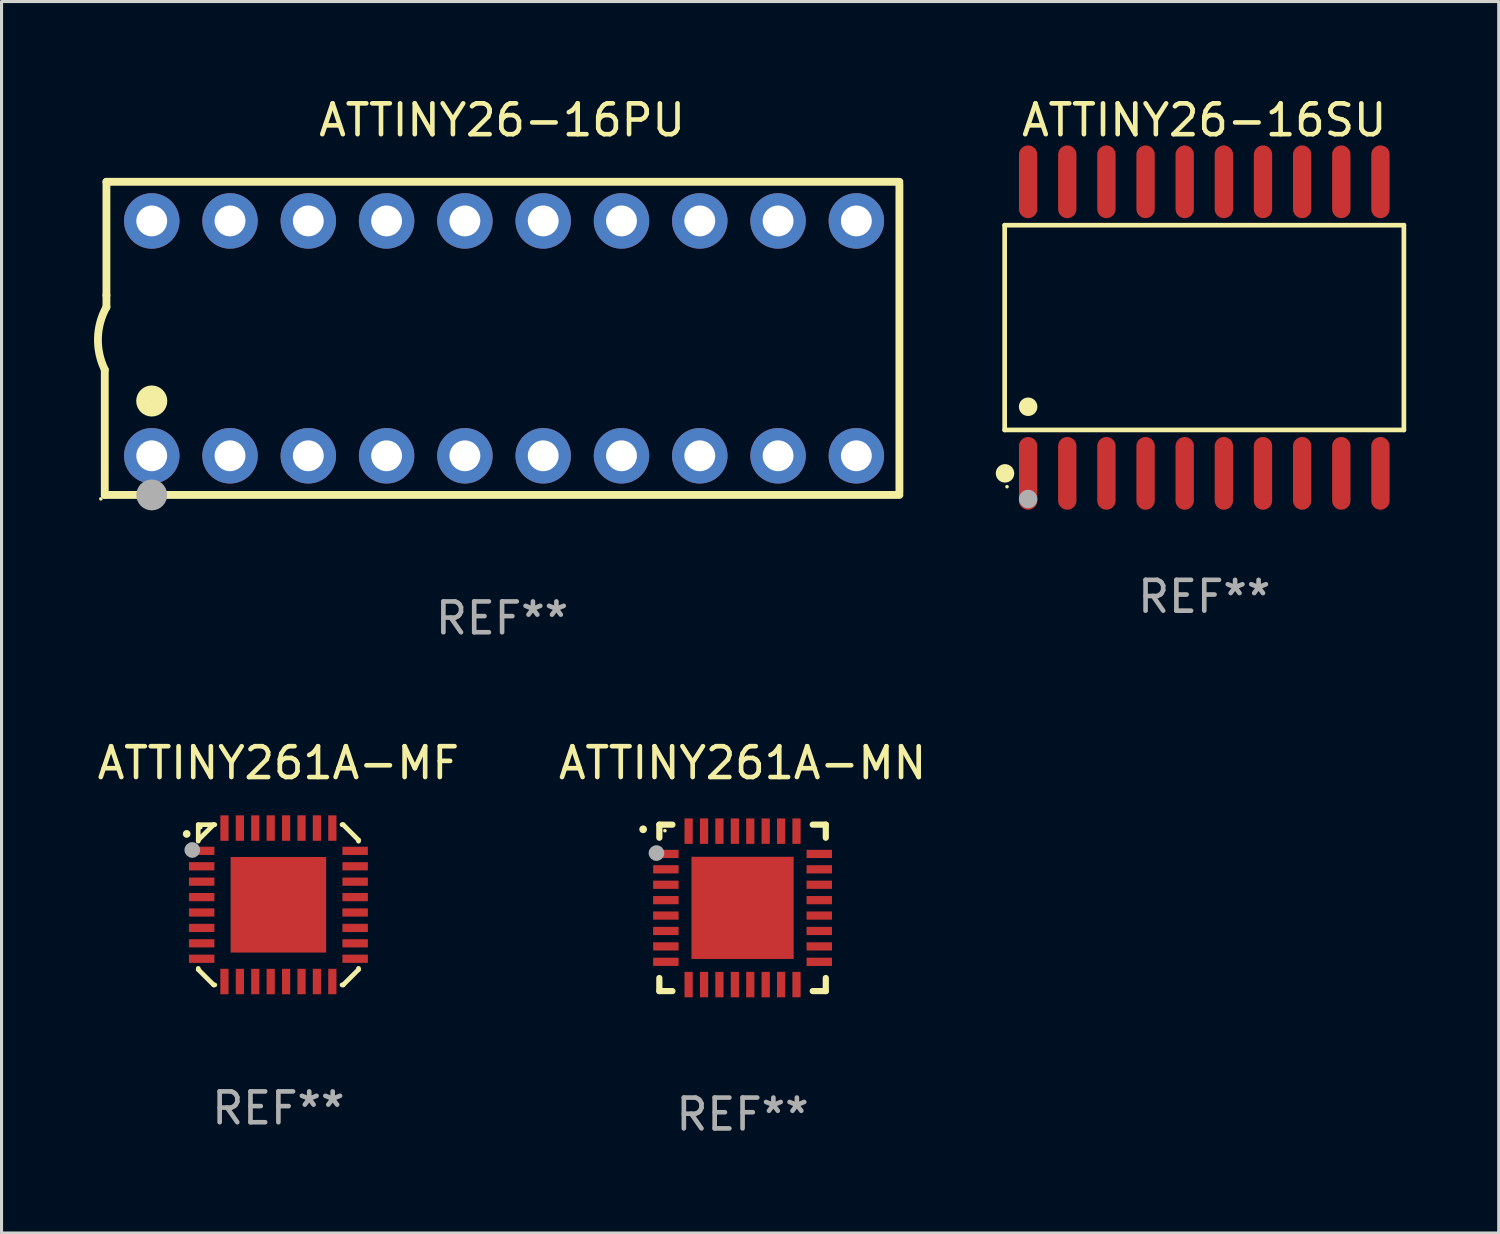
<source format=kicad_pcb>
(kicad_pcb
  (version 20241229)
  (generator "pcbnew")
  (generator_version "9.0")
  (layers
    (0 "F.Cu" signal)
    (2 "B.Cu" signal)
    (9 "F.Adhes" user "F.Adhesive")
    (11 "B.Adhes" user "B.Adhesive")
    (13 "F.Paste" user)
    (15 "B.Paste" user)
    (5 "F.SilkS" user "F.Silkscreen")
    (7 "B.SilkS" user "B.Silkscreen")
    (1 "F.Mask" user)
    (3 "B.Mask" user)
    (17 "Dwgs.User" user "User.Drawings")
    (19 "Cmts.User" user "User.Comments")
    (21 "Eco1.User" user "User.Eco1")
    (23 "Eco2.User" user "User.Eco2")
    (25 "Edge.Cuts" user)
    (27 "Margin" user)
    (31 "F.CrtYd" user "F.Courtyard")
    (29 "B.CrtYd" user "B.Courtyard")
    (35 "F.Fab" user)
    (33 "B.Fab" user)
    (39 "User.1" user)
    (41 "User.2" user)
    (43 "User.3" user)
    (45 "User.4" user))
  (footprint "ATTINY261A-MF"
    (layer "F.Cu")
    (at 5.982 26.305)
    (property "Reference" "ATTINY261A-MF" (at 0 -4.6 0) (layer "F.SilkS") (effects (font (size 1 1) (thickness 0.15))))
    (attr through_hole)
    (fp_line (start -2.6 -2.6) (end -2.6 -2.1) (stroke (width 0.152) (type solid)) (layer "F.SilkS"))
    (fp_line (start -2.6 -2.1) (end -2.6 -2.063) (stroke (width 0.152) (type solid)) (layer "F.SilkS"))
    (fp_line (start -2.6 2.064) (end -2.6 2.1) (stroke (width 0.152) (type solid)) (layer "F.SilkS"))
    (fp_line (start -2.6 2.1) (end -2.1 2.6) (stroke (width 0.152) (type solid)) (layer "F.SilkS"))
    (fp_line (start -2.1 -2.6) (end -2.6 -2.6) (stroke (width 0.152) (type solid)) (layer "F.SilkS"))
    (fp_line (start -2.1 -2.6) (end -2.6 -2.1) (stroke (width 0.152) (type solid)) (layer "F.SilkS"))
    (fp_line (start -2.1 2.6) (end -2.063 2.6) (stroke (width 0.152) (type solid)) (layer "F.SilkS"))
    (fp_line (start -2.063 -2.6) (end -2.1 -2.6) (stroke (width 0.152) (type solid)) (layer "F.SilkS"))
    (fp_line (start 2.064 2.6) (end 2.1 2.6) (stroke (width 0.152) (type solid)) (layer "F.SilkS"))
    (fp_line (start 2.1 -2.6) (end 2.064 -2.6) (stroke (width 0.152) (type solid)) (layer "F.SilkS"))
    (fp_line (start 2.1 2.6) (end 2.6 2.1) (stroke (width 0.152) (type solid)) (layer "F.SilkS"))
    (fp_line (start 2.6 -2.1) (end 2.1 -2.6) (stroke (width 0.152) (type solid)) (layer "F.SilkS"))
    (fp_line (start 2.6 -2.063) (end 2.6 -2.1) (stroke (width 0.152) (type solid)) (layer "F.SilkS"))
    (fp_line (start 2.6 2.1) (end 2.6 2.064) (stroke (width 0.152) (type solid)) (layer "F.SilkS"))
    (fp_arc (start -2.975057 -2.298222) (mid -2.975063 -2.299492) (end -2.975057 -2.300762) (stroke (width 0.24892) (type solid)) (layer "F.SilkS"))
    (fp_circle (center -2.519 -2.504) (end -2.489 -2.504) (stroke (width 0.06) (type solid)) (fill no) (layer "F.SilkS"))
    (fp_circle (center -2.794 -1.778) (end -2.667 -1.778) (stroke (width 0.254) (type solid)) (fill no) (layer "F.Fab"))
    (fp_text user "REF**" (at 0 6.6 0) (layer "F.Fab") (effects (font (size 1 1) (thickness 0.15))))
    (pad "1" smd rect (at -2.489 -1.75 90) (size 0.267 0.826) (layers "F.Cu" "F.Mask" "F.Paste"))
    (pad "2" smd rect (at -2.489 -1.249 90) (size 0.267 0.826) (layers "F.Cu" "F.Mask" "F.Paste"))
    (pad "3" smd rect (at -2.489 -0.75 90) (size 0.267 0.826) (layers "F.Cu" "F.Mask" "F.Paste"))
    (pad "4" smd rect (at -2.489 -0.249 90) (size 0.267 0.826) (layers "F.Cu" "F.Mask" "F.Paste"))
    (pad "5" smd rect (at -2.489 0.25 90) (size 0.267 0.826) (layers "F.Cu" "F.Mask" "F.Paste"))
    (pad "6" smd rect (at -2.489 0.751 90) (size 0.267 0.826) (layers "F.Cu" "F.Mask" "F.Paste"))
    (pad "7" smd rect (at -2.489 1.25 90) (size 0.267 0.826) (layers "F.Cu" "F.Mask" "F.Paste"))
    (pad "8" smd rect (at -2.489 1.751 90) (size 0.267 0.826) (layers "F.Cu" "F.Mask" "F.Paste"))
    (pad "9" smd rect (at -1.75 2.49) (size 0.267 0.826) (layers "F.Cu" "F.Mask" "F.Paste"))
    (pad "10" smd rect (at -1.249 2.49) (size 0.267 0.826) (layers "F.Cu" "F.Mask" "F.Paste"))
    (pad "11" smd rect (at -0.75 2.49) (size 0.267 0.826) (layers "F.Cu" "F.Mask" "F.Paste"))
    (pad "12" smd rect (at -0.249 2.49) (size 0.267 0.826) (layers "F.Cu" "F.Mask" "F.Paste"))
    (pad "13" smd rect (at 0.25 2.49) (size 0.267 0.826) (layers "F.Cu" "F.Mask" "F.Paste"))
    (pad "14" smd rect (at 0.751 2.49) (size 0.267 0.826) (layers "F.Cu" "F.Mask" "F.Paste"))
    (pad "15" smd rect (at 1.25 2.49) (size 0.267 0.826) (layers "F.Cu" "F.Mask" "F.Paste"))
    (pad "16" smd rect (at 1.751 2.49) (size 0.267 0.826) (layers "F.Cu" "F.Mask" "F.Paste"))
    (pad "17" smd rect (at 2.49 1.751 90) (size 0.267 0.826) (layers "F.Cu" "F.Mask" "F.Paste"))
    (pad "18" smd rect (at 2.49 1.25 90) (size 0.267 0.826) (layers "F.Cu" "F.Mask" "F.Paste"))
    (pad "19" smd rect (at 2.49 0.751 90) (size 0.267 0.826) (layers "F.Cu" "F.Mask" "F.Paste"))
    (pad "20" smd rect (at 2.49 0.25 90) (size 0.267 0.826) (layers "F.Cu" "F.Mask" "F.Paste"))
    (pad "21" smd rect (at 2.49 -0.249 90) (size 0.267 0.826) (layers "F.Cu" "F.Mask" "F.Paste"))
    (pad "22" smd rect (at 2.49 -0.75 90) (size 0.267 0.826) (layers "F.Cu" "F.Mask" "F.Paste"))
    (pad "23" smd rect (at 2.49 -1.249 90) (size 0.267 0.826) (layers "F.Cu" "F.Mask" "F.Paste"))
    (pad "24" smd rect (at 2.49 -1.75 90) (size 0.267 0.826) (layers "F.Cu" "F.Mask" "F.Paste"))
    (pad "25" smd rect (at 1.751 -2.489) (size 0.267 0.826) (layers "F.Cu" "F.Mask" "F.Paste"))
    (pad "26" smd rect (at 1.25 -2.489) (size 0.267 0.826) (layers "F.Cu" "F.Mask" "F.Paste"))
    (pad "27" smd rect (at 0.751 -2.489) (size 0.267 0.826) (layers "F.Cu" "F.Mask" "F.Paste"))
    (pad "28" smd rect (at 0.25 -2.489) (size 0.267 0.826) (layers "F.Cu" "F.Mask" "F.Paste"))
    (pad "29" smd rect (at -0.249 -2.489) (size 0.267 0.826) (layers "F.Cu" "F.Mask" "F.Paste"))
    (pad "30" smd rect (at -0.75 -2.489) (size 0.267 0.826) (layers "F.Cu" "F.Mask" "F.Paste"))
    (pad "31" smd rect (at -1.249 -2.489) (size 0.267 0.826) (layers "F.Cu" "F.Mask" "F.Paste"))
    (pad "32" smd rect (at -1.75 -2.489) (size 0.267 0.826) (layers "F.Cu" "F.Mask" "F.Paste"))
    (pad "33" smd rect (at 0.000483 0.000483) (size 3.1 3.1) (layers "F.Cu" "F.Mask" "F.Paste")))
  (footprint "ATTINY261A-MN"
    (layer "F.Cu")
    (at 21.042 26.405)
    (property "Reference" "ATTINY261A-MN" (at 0 -4.7 0) (layer "F.SilkS") (effects (font (size 1 1) (thickness 0.15))))
    (attr through_hole)
    (fp_line (start -2.7 -2.7) (end -2.276 -2.7) (stroke (width 0.201) (type solid)) (layer "F.SilkS"))
    (fp_line (start -2.7 -2.276) (end -2.7 -2.7) (stroke (width 0.201) (type solid)) (layer "F.SilkS"))
    (fp_line (start -2.7 2.276) (end -2.7 2.7) (stroke (width 0.201) (type solid)) (layer "F.SilkS"))
    (fp_line (start -2.7 2.7) (end -2.276 2.7) (stroke (width 0.201) (type solid)) (layer "F.SilkS"))
    (fp_line (start 2.276 2.7) (end 2.7 2.7) (stroke (width 0.201) (type solid)) (layer "F.SilkS"))
    (fp_line (start 2.7 -2.7) (end 2.276 -2.7) (stroke (width 0.201) (type solid)) (layer "F.SilkS"))
    (fp_line (start 2.7 -2.276) (end 2.7 -2.7) (stroke (width 0.201) (type solid)) (layer "F.SilkS"))
    (fp_line (start 2.7 2.7) (end 2.7 2.276) (stroke (width 0.201) (type solid)) (layer "F.SilkS"))
    (fp_arc (start -3.225806 -2.547625) (mid -3.225812 -2.548895) (end -3.225806 -2.550165) (stroke (width 0.24892) (type solid)) (layer "F.SilkS"))
    (fp_circle (center -2.519 -2.504) (end -2.489 -2.504) (stroke (width 0.06) (type solid)) (fill no) (layer "F.SilkS"))
    (fp_circle (center -2.794 -1.778) (end -2.667 -1.778) (stroke (width 0.254) (type solid)) (fill no) (layer "F.Fab"))
    (fp_text user "REF**" (at 0 6.7 0) (layer "F.Fab") (effects (font (size 1 1) (thickness 0.15))))
    (pad "1" smd rect (at -2.489 -1.75 90) (size 0.267 0.826) (layers "F.Cu" "F.Mask" "F.Paste"))
    (pad "2" smd rect (at -2.489 -1.25 90) (size 0.267 0.826) (layers "F.Cu" "F.Mask" "F.Paste"))
    (pad "3" smd rect (at -2.489 -0.75 90) (size 0.267 0.826) (layers "F.Cu" "F.Mask" "F.Paste"))
    (pad "4" smd rect (at -2.489 -0.25 90) (size 0.267 0.826) (layers "F.Cu" "F.Mask" "F.Paste"))
    (pad "5" smd rect (at -2.489 0.25 90) (size 0.267 0.826) (layers "F.Cu" "F.Mask" "F.Paste"))
    (pad "6" smd rect (at -2.489 0.75 90) (size 0.267 0.826) (layers "F.Cu" "F.Mask" "F.Paste"))
    (pad "7" smd rect (at -2.489 1.25 90) (size 0.267 0.826) (layers "F.Cu" "F.Mask" "F.Paste"))
    (pad "8" smd rect (at -2.489 1.75 90) (size 0.267 0.826) (layers "F.Cu" "F.Mask" "F.Paste"))
    (pad "9" smd rect (at -1.75 2.489) (size 0.267 0.826) (layers "F.Cu" "F.Mask" "F.Paste"))
    (pad "10" smd rect (at -1.25 2.489) (size 0.267 0.826) (layers "F.Cu" "F.Mask" "F.Paste"))
    (pad "11" smd rect (at -0.75 2.489) (size 0.267 0.826) (layers "F.Cu" "F.Mask" "F.Paste"))
    (pad "12" smd rect (at -0.25 2.489) (size 0.267 0.826) (layers "F.Cu" "F.Mask" "F.Paste"))
    (pad "13" smd rect (at 0.25 2.489) (size 0.267 0.826) (layers "F.Cu" "F.Mask" "F.Paste"))
    (pad "14" smd rect (at 0.75 2.489) (size 0.267 0.826) (layers "F.Cu" "F.Mask" "F.Paste"))
    (pad "15" smd rect (at 1.25 2.489) (size 0.267 0.826) (layers "F.Cu" "F.Mask" "F.Paste"))
    (pad "16" smd rect (at 1.75 2.489) (size 0.267 0.826) (layers "F.Cu" "F.Mask" "F.Paste"))
    (pad "17" smd rect (at 2.489 1.75 90) (size 0.267 0.826) (layers "F.Cu" "F.Mask" "F.Paste"))
    (pad "18" smd rect (at 2.489 1.25 90) (size 0.267 0.826) (layers "F.Cu" "F.Mask" "F.Paste"))
    (pad "19" smd rect (at 2.489 0.75 90) (size 0.267 0.826) (layers "F.Cu" "F.Mask" "F.Paste"))
    (pad "20" smd rect (at 2.489 0.25 90) (size 0.267 0.826) (layers "F.Cu" "F.Mask" "F.Paste"))
    (pad "21" smd rect (at 2.489 -0.25 90) (size 0.267 0.826) (layers "F.Cu" "F.Mask" "F.Paste"))
    (pad "22" smd rect (at 2.489 -0.75 90) (size 0.267 0.826) (layers "F.Cu" "F.Mask" "F.Paste"))
    (pad "23" smd rect (at 2.489 -1.25 90) (size 0.267 0.826) (layers "F.Cu" "F.Mask" "F.Paste"))
    (pad "24" smd rect (at 2.489 -1.75 90) (size 0.267 0.826) (layers "F.Cu" "F.Mask" "F.Paste"))
    (pad "25" smd rect (at 1.75 -2.489) (size 0.267 0.826) (layers "F.Cu" "F.Mask" "F.Paste"))
    (pad "26" smd rect (at 1.25 -2.489) (size 0.267 0.826) (layers "F.Cu" "F.Mask" "F.Paste"))
    (pad "27" smd rect (at 0.75 -2.489) (size 0.267 0.826) (layers "F.Cu" "F.Mask" "F.Paste"))
    (pad "28" smd rect (at 0.25 -2.489) (size 0.267 0.826) (layers "F.Cu" "F.Mask" "F.Paste"))
    (pad "29" smd rect (at -0.25 -2.489) (size 0.267 0.826) (layers "F.Cu" "F.Mask" "F.Paste"))
    (pad "30" smd rect (at -0.75 -2.489) (size 0.267 0.826) (layers "F.Cu" "F.Mask" "F.Paste"))
    (pad "31" smd rect (at -1.25 -2.489) (size 0.267 0.826) (layers "F.Cu" "F.Mask" "F.Paste"))
    (pad "32" smd rect (at -1.75 -2.489) (size 0.267 0.826) (layers "F.Cu" "F.Mask" "F.Paste"))
    (pad "33" smd rect (at 0 0) (size 3.315 3.315) (layers "F.Cu" "F.Mask" "F.Paste")))
  (footprint "ATTINY26-16SU"
    (layer "F.Cu")
    (at 36.022 7.578)
    (property "Reference" "ATTINY26-16SU" (at 0 -6.73 0) (layer "F.SilkS") (effects (font (size 1 1) (thickness 0.15))))
    (attr through_hole)
    (fp_line (start -6.476 -3.321) (end 6.476 -3.321) (stroke (width 0.152) (type solid)) (layer "F.SilkS"))
    (fp_line (start -6.476 3.321) (end -6.476 -3.321) (stroke (width 0.152) (type solid)) (layer "F.SilkS"))
    (fp_line (start 6.476 -3.321) (end 6.476 3.321) (stroke (width 0.152) (type solid)) (layer "F.SilkS"))
    (fp_line (start 6.476 3.321) (end -6.476 3.321) (stroke (width 0.152) (type solid)) (layer "F.SilkS"))
    (fp_circle (center -6.465 4.73) (end -6.315 4.73) (stroke (width 0.3) (type solid)) (fill no) (layer "F.SilkS"))
    (fp_circle (center -6.4 5.163) (end -6.37 5.163) (stroke (width 0.06) (type solid)) (fill no) (layer "F.SilkS"))
    (fp_circle (center -5.715 2.569) (end -5.565 2.569) (stroke (width 0.3) (type solid)) (fill no) (layer "F.SilkS"))
    (fp_circle (center -5.715 5.563) (end -5.565 5.563) (stroke (width 0.3) (type solid)) (fill no) (layer "F.Fab"))
    (fp_text user "REF**" (at 0 8.73 0) (layer "F.Fab") (effects (font (size 1 1) (thickness 0.15))))
    (pad "1" smd oval (at -5.715 4.73) (size 0.595 2.36) (layers "F.Cu" "F.Mask" "F.Paste"))
    (pad "2" smd oval (at -4.445 4.73) (size 0.595 2.36) (layers "F.Cu" "F.Mask" "F.Paste"))
    (pad "3" smd oval (at -3.175 4.73) (size 0.595 2.36) (layers "F.Cu" "F.Mask" "F.Paste"))
    (pad "4" smd oval (at -1.905 4.73) (size 0.595 2.36) (layers "F.Cu" "F.Mask" "F.Paste"))
    (pad "5" smd oval (at -0.635 4.73) (size 0.595 2.36) (layers "F.Cu" "F.Mask" "F.Paste"))
    (pad "6" smd oval (at 0.635 4.73) (size 0.595 2.36) (layers "F.Cu" "F.Mask" "F.Paste"))
    (pad "7" smd oval (at 1.905 4.73) (size 0.595 2.36) (layers "F.Cu" "F.Mask" "F.Paste"))
    (pad "8" smd oval (at 3.175 4.73) (size 0.595 2.36) (layers "F.Cu" "F.Mask" "F.Paste"))
    (pad "9" smd oval (at 4.445 4.73) (size 0.595 2.36) (layers "F.Cu" "F.Mask" "F.Paste"))
    (pad "10" smd oval (at 5.715 4.73) (size 0.595 2.36) (layers "F.Cu" "F.Mask" "F.Paste"))
    (pad "11" smd oval (at 5.715 -4.73) (size 0.595 2.36) (layers "F.Cu" "F.Mask" "F.Paste"))
    (pad "12" smd oval (at 4.445 -4.73) (size 0.595 2.36) (layers "F.Cu" "F.Mask" "F.Paste"))
    (pad "13" smd oval (at 3.175 -4.73) (size 0.595 2.36) (layers "F.Cu" "F.Mask" "F.Paste"))
    (pad "14" smd oval (at 1.905 -4.73) (size 0.595 2.36) (layers "F.Cu" "F.Mask" "F.Paste"))
    (pad "15" smd oval (at 0.635 -4.73) (size 0.595 2.36) (layers "F.Cu" "F.Mask" "F.Paste"))
    (pad "16" smd oval (at -0.635 -4.73) (size 0.595 2.36) (layers "F.Cu" "F.Mask" "F.Paste"))
    (pad "17" smd oval (at -1.905 -4.73) (size 0.595 2.36) (layers "F.Cu" "F.Mask" "F.Paste"))
    (pad "18" smd oval (at -3.175 -4.73) (size 0.595 2.36) (layers "F.Cu" "F.Mask" "F.Paste"))
    (pad "19" smd oval (at -4.445 -4.73) (size 0.595 2.36) (layers "F.Cu" "F.Mask" "F.Paste"))
    (pad "20" smd oval (at -5.715 -4.73) (size 0.595 2.36) (layers "F.Cu" "F.Mask" "F.Paste")))
  (footprint "ATTINY26-16PU"
    (layer "F.Cu")
    (at 13.24 7.928)
    (property "Reference" "ATTINY26-16PU" (at 0 -7.08 0) (layer "F.SilkS") (effects (font (size 1 1) (thickness 0.15))))
    (attr through_hole)
    (fp_line (start -12.891 5.08) (end -12.891 1.016) (stroke (width 0.254) (type solid)) (layer "F.SilkS"))
    (fp_line (start -12.891 5.08) (end 12.891 5.08) (stroke (width 0.254) (type solid)) (layer "F.SilkS"))
    (fp_line (start -12.837 -5.08) (end -12.837 -1.397) (stroke (width 0.254) (type solid)) (layer "F.SilkS"))
    (fp_line (start -12.837 -5.08) (end 12.891 -5.08) (stroke (width 0.254) (type solid)) (layer "F.SilkS"))
    (fp_line (start -12.837 -1.397) (end -12.837 -1.016) (stroke (width 0.254) (type solid)) (layer "F.SilkS"))
    (fp_line (start 12.891 -5) (end 12.891 5) (stroke (width 0.254) (type solid)) (layer "F.SilkS"))
    (fp_arc (start -12.890526 1.016002) (mid -13.111945 -0.006602) (end -12.836525 -1.016002) (stroke (width 0.254001) (type solid)) (layer "F.SilkS"))
    (fp_circle (center -13.018 5.207) (end -12.988 5.207) (stroke (width 0.06) (type solid)) (fill no) (layer "F.SilkS"))
    (fp_circle (center -11.367 2.032) (end -11.113 2.032) (stroke (width 0.5) (type solid)) (fill no) (layer "F.SilkS"))
    (fp_circle (center -11.367 5.08) (end -11.117 5.08) (stroke (width 0.5) (type solid)) (fill no) (layer "F.Fab"))
    (fp_text user "REF**" (at 0 9.08 0) (layer "F.Fab") (effects (font (size 1 1) (thickness 0.15))))
    (pad "1" thru_hole circle (at -11.367 3.81) (size 1.8 1.8) (drill 1) (layers "*.Cu" "*.Mask"))
    (pad "2" thru_hole circle (at -8.827 3.81) (size 1.8 1.8) (drill 1) (layers "*.Cu" "*.Mask"))
    (pad "3" thru_hole circle (at -6.287 3.81) (size 1.8 1.8) (drill 1) (layers "*.Cu" "*.Mask"))
    (pad "4" thru_hole circle (at -3.747 3.81) (size 1.8 1.8) (drill 1) (layers "*.Cu" "*.Mask"))
    (pad "5" thru_hole circle (at -1.207 3.81) (size 1.8 1.8) (drill 1) (layers "*.Cu" "*.Mask"))
    (pad "6" thru_hole circle (at 1.334 3.81) (size 1.8 1.8) (drill 1) (layers "*.Cu" "*.Mask"))
    (pad "7" thru_hole circle (at 3.874 3.81) (size 1.8 1.8) (drill 1) (layers "*.Cu" "*.Mask"))
    (pad "8" thru_hole circle (at 6.414 3.81) (size 1.8 1.8) (drill 1) (layers "*.Cu" "*.Mask"))
    (pad "9" thru_hole circle (at 8.954 3.81) (size 1.8 1.8) (drill 1) (layers "*.Cu" "*.Mask"))
    (pad "10" thru_hole circle (at 11.494 3.81) (size 1.8 1.8) (drill 1) (layers "*.Cu" "*.Mask"))
    (pad "11" thru_hole circle (at 11.494 -3.81) (size 1.8 1.8) (drill 1) (layers "*.Cu" "*.Mask"))
    (pad "12" thru_hole circle (at 8.954 -3.81) (size 1.8 1.8) (drill 1) (layers "*.Cu" "*.Mask"))
    (pad "13" thru_hole circle (at 6.414 -3.81) (size 1.8 1.8) (drill 1) (layers "*.Cu" "*.Mask"))
    (pad "14" thru_hole circle (at 3.874 -3.81) (size 1.8 1.8) (drill 1) (layers "*.Cu" "*.Mask"))
    (pad "15" thru_hole circle (at 1.334 -3.81) (size 1.8 1.8) (drill 1) (layers "*.Cu" "*.Mask"))
    (pad "16" thru_hole circle (at -1.207 -3.81) (size 1.8 1.8) (drill 1) (layers "*.Cu" "*.Mask"))
    (pad "17" thru_hole circle (at -3.747 -3.81) (size 1.8 1.8) (drill 1) (layers "*.Cu" "*.Mask"))
    (pad "18" thru_hole circle (at -6.287 -3.81) (size 1.8 1.8) (drill 1) (layers "*.Cu" "*.Mask"))
    (pad "19" thru_hole circle (at -8.827 -3.81) (size 1.8 1.8) (drill 1) (layers "*.Cu" "*.Mask"))
    (pad "20" thru_hole circle (at -11.367 -3.81) (size 1.8 1.8) (drill 1) (layers "*.Cu" "*.Mask")))
  (gr_rect
    (start -3 -3)
    (end 45.575 36.953)
    (stroke (width 0.1) (type default))
    (fill no)
    (layer "Edge.Cuts")))
</source>
